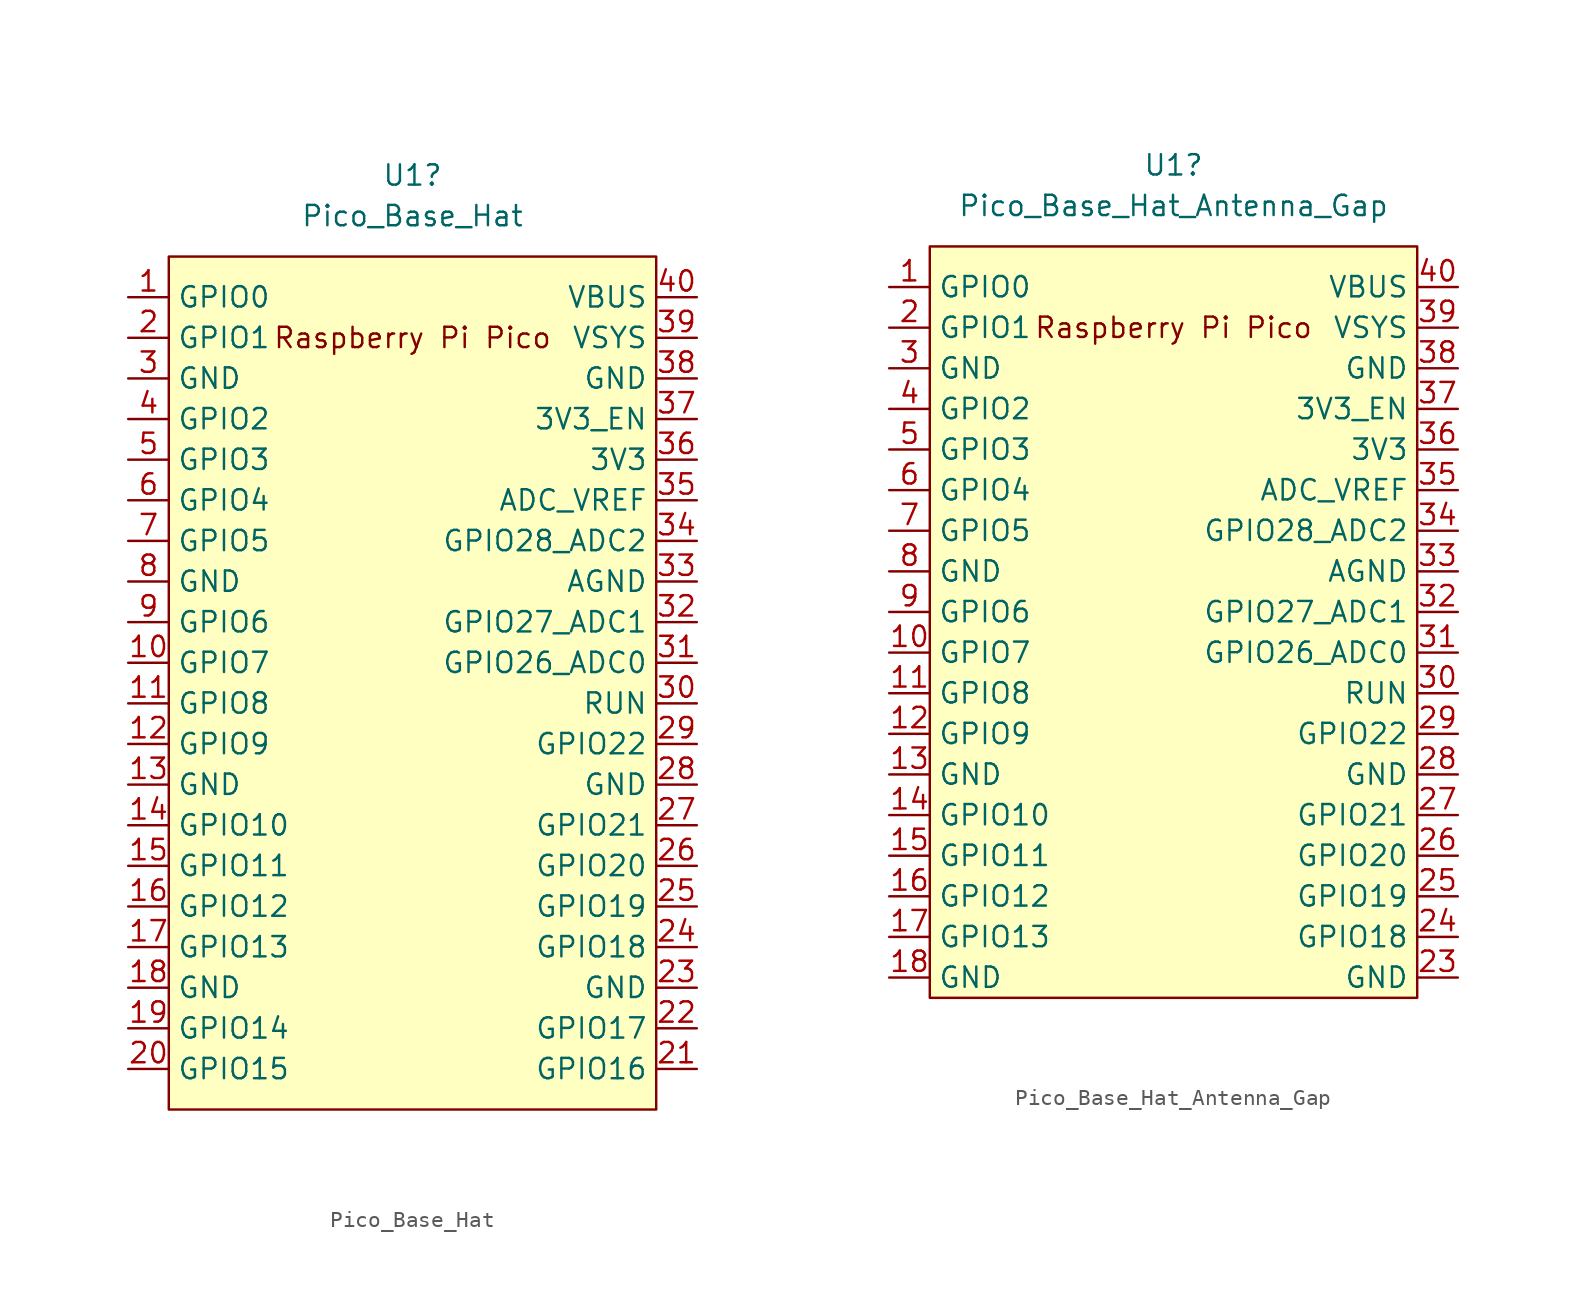
<source format=kicad_sym>
(kicad_symbol_lib
  (version 20211014)
  (generator kicad_symbol_editor)
  (symbol "Pico_Base_Hat"
    (property "Reference" "U1"
      (at 0 31.75 0)
      (effects (font (size 1.27 1.27))))
    (property "Value" "Pico_Base_Hat"
      (at 0 29.21 0)
      (effects (font (size 1.27 1.27))))
    (symbol "Pico_Base_Hat_0_0"
      (text "Raspberry Pi Pico" (at 0 21.59 0) (effects (font (size 1.27 1.27)))))
    (symbol "Pico_Base_Hat_0_1"
      (rectangle (start -15.24 26.67) (end 15.24 -26.67) (stroke (width 0) (type default) (color 0 0 0 0)) (fill (type background))))
    (symbol "Pico_Base_Hat_1_1"
      (pin bidirectional line (at -17.78 24.13 0) (length 2.54) (name "GPIO0" (effects (font (size 1.27 1.27)))) (number "1" (effects (font (size 1.27 1.27)))))
      (pin bidirectional line (at -17.78 1.27 0) (length 2.54) (name "GPIO7" (effects (font (size 1.27 1.27)))) (number "10" (effects (font (size 1.27 1.27)))))
      (pin bidirectional line (at -17.78 -1.27 0) (length 2.54) (name "GPIO8" (effects (font (size 1.27 1.27)))) (number "11" (effects (font (size 1.27 1.27)))))
      (pin bidirectional line (at -17.78 -3.81 0) (length 2.54) (name "GPIO9" (effects (font (size 1.27 1.27)))) (number "12" (effects (font (size 1.27 1.27)))))
      (pin power_in line (at -17.78 -6.35 0) (length 2.54) (name "GND" (effects (font (size 1.27 1.27)))) (number "13" (effects (font (size 1.27 1.27)))))
      (pin bidirectional line (at -17.78 -8.89 0) (length 2.54) (name "GPIO10" (effects (font (size 1.27 1.27)))) (number "14" (effects (font (size 1.27 1.27)))))
      (pin bidirectional line (at -17.78 -11.43 0) (length 2.54) (name "GPIO11" (effects (font (size 1.27 1.27)))) (number "15" (effects (font (size 1.27 1.27)))))
      (pin bidirectional line (at -17.78 -13.97 0) (length 2.54) (name "GPIO12" (effects (font (size 1.27 1.27)))) (number "16" (effects (font (size 1.27 1.27)))))
      (pin bidirectional line (at -17.78 -16.51 0) (length 2.54) (name "GPIO13" (effects (font (size 1.27 1.27)))) (number "17" (effects (font (size 1.27 1.27)))))
      (pin power_in line (at -17.78 -19.05 0) (length 2.54) (name "GND" (effects (font (size 1.27 1.27)))) (number "18" (effects (font (size 1.27 1.27)))))
      (pin bidirectional line (at -17.78 -21.59 0) (length 2.54) (name "GPIO14" (effects (font (size 1.27 1.27)))) (number "19" (effects (font (size 1.27 1.27)))))
      (pin bidirectional line (at -17.78 21.59 0) (length 2.54) (name "GPIO1" (effects (font (size 1.27 1.27)))) (number "2" (effects (font (size 1.27 1.27)))))
      (pin bidirectional line (at -17.78 -24.13 0) (length 2.54) (name "GPIO15" (effects (font (size 1.27 1.27)))) (number "20" (effects (font (size 1.27 1.27)))))
      (pin bidirectional line (at 17.78 -24.13 180) (length 2.54) (name "GPIO16" (effects (font (size 1.27 1.27)))) (number "21" (effects (font (size 1.27 1.27)))))
      (pin bidirectional line (at 17.78 -21.59 180) (length 2.54) (name "GPIO17" (effects (font (size 1.27 1.27)))) (number "22" (effects (font (size 1.27 1.27)))))
      (pin power_in line (at 17.78 -19.05 180) (length 2.54) (name "GND" (effects (font (size 1.27 1.27)))) (number "23" (effects (font (size 1.27 1.27)))))
      (pin bidirectional line (at 17.78 -16.51 180) (length 2.54) (name "GPIO18" (effects (font (size 1.27 1.27)))) (number "24" (effects (font (size 1.27 1.27)))))
      (pin bidirectional line (at 17.78 -13.97 180) (length 2.54) (name "GPIO19" (effects (font (size 1.27 1.27)))) (number "25" (effects (font (size 1.27 1.27)))))
      (pin bidirectional line (at 17.78 -11.43 180) (length 2.54) (name "GPIO20" (effects (font (size 1.27 1.27)))) (number "26" (effects (font (size 1.27 1.27)))))
      (pin bidirectional line (at 17.78 -8.89 180) (length 2.54) (name "GPIO21" (effects (font (size 1.27 1.27)))) (number "27" (effects (font (size 1.27 1.27)))))
      (pin power_in line (at 17.78 -6.35 180) (length 2.54) (name "GND" (effects (font (size 1.27 1.27)))) (number "28" (effects (font (size 1.27 1.27)))))
      (pin bidirectional line (at 17.78 -3.81 180) (length 2.54) (name "GPIO22" (effects (font (size 1.27 1.27)))) (number "29" (effects (font (size 1.27 1.27)))))
      (pin power_in line (at -17.78 19.05 0) (length 2.54) (name "GND" (effects (font (size 1.27 1.27)))) (number "3" (effects (font (size 1.27 1.27)))))
      (pin input line (at 17.78 -1.27 180) (length 2.54) (name "RUN" (effects (font (size 1.27 1.27)))) (number "30" (effects (font (size 1.27 1.27)))))
      (pin bidirectional line (at 17.78 1.27 180) (length 2.54) (name "GPIO26_ADC0" (effects (font (size 1.27 1.27)))) (number "31" (effects (font (size 1.27 1.27)))))
      (pin bidirectional line (at 17.78 3.81 180) (length 2.54) (name "GPIO27_ADC1" (effects (font (size 1.27 1.27)))) (number "32" (effects (font (size 1.27 1.27)))))
      (pin power_in line (at 17.78 6.35 180) (length 2.54) (name "AGND" (effects (font (size 1.27 1.27)))) (number "33" (effects (font (size 1.27 1.27)))))
      (pin bidirectional line (at 17.78 8.89 180) (length 2.54) (name "GPIO28_ADC2" (effects (font (size 1.27 1.27)))) (number "34" (effects (font (size 1.27 1.27)))))
      (pin power_in line (at 17.78 11.43 180) (length 2.54) (name "ADC_VREF" (effects (font (size 1.27 1.27)))) (number "35" (effects (font (size 1.27 1.27)))))
      (pin power_in line (at 17.78 13.97 180) (length 2.54) (name "3V3" (effects (font (size 1.27 1.27)))) (number "36" (effects (font (size 1.27 1.27)))))
      (pin input line (at 17.78 16.51 180) (length 2.54) (name "3V3_EN" (effects (font (size 1.27 1.27)))) (number "37" (effects (font (size 1.27 1.27)))))
      (pin power_in line (at 17.78 19.05 180) (length 2.54) (name "GND" (effects (font (size 1.27 1.27)))) (number "38" (effects (font (size 1.27 1.27)))))
      (pin power_in line (at 17.78 21.59 180) (length 2.54) (name "VSYS" (effects (font (size 1.27 1.27)))) (number "39" (effects (font (size 1.27 1.27)))))
      (pin bidirectional line (at -17.78 16.51 0) (length 2.54) (name "GPIO2" (effects (font (size 1.27 1.27)))) (number "4" (effects (font (size 1.27 1.27)))))
      (pin power_in line (at 17.78 24.13 180) (length 2.54) (name "VBUS" (effects (font (size 1.27 1.27)))) (number "40" (effects (font (size 1.27 1.27)))))
      (pin bidirectional line (at -17.78 13.97 0) (length 2.54) (name "GPIO3" (effects (font (size 1.27 1.27)))) (number "5" (effects (font (size 1.27 1.27)))))
      (pin bidirectional line (at -17.78 11.43 0) (length 2.54) (name "GPIO4" (effects (font (size 1.27 1.27)))) (number "6" (effects (font (size 1.27 1.27)))))
      (pin bidirectional line (at -17.78 8.89 0) (length 2.54) (name "GPIO5" (effects (font (size 1.27 1.27)))) (number "7" (effects (font (size 1.27 1.27)))))
      (pin power_in line (at -17.78 6.35 0) (length 2.54) (name "GND" (effects (font (size 1.27 1.27)))) (number "8" (effects (font (size 1.27 1.27)))))
      (pin bidirectional line (at -17.78 3.81 0) (length 2.54) (name "GPIO6" (effects (font (size 1.27 1.27)))) (number "9" (effects (font (size 1.27 1.27)))))))
  (symbol "Pico_Base_Hat_Antenna_Gap"
    (property "Reference" "U1"
      (at 0 31.75 0)
      (effects (font (size 1.27 1.27))))
    (property "Value" "Pico_Base_Hat_Antenna_Gap"
      (at 0 29.21 0)
      (effects (font (size 1.27 1.27))))
    (symbol "Pico_Base_Hat_Antenna_Gap_0_0"
      (text "Raspberry Pi Pico" (at 0 21.59 0) (effects (font (size 1.27 1.27)))))
    (symbol "Pico_Base_Hat_Antenna_Gap_0_1"
      (rectangle (start -15.24 26.67) (end 15.24 -20.32) (stroke (width 0) (type default) (color 0 0 0 0)) (fill (type background))))
    (symbol "Pico_Base_Hat_Antenna_Gap_1_1"
      (pin bidirectional line (at -17.78 24.13 0) (length 2.54) (name "GPIO0" (effects (font (size 1.27 1.27)))) (number "1" (effects (font (size 1.27 1.27)))))
      (pin bidirectional line (at -17.78 1.27 0) (length 2.54) (name "GPIO7" (effects (font (size 1.27 1.27)))) (number "10" (effects (font (size 1.27 1.27)))))
      (pin bidirectional line (at -17.78 -1.27 0) (length 2.54) (name "GPIO8" (effects (font (size 1.27 1.27)))) (number "11" (effects (font (size 1.27 1.27)))))
      (pin bidirectional line (at -17.78 -3.81 0) (length 2.54) (name "GPIO9" (effects (font (size 1.27 1.27)))) (number "12" (effects (font (size 1.27 1.27)))))
      (pin power_in line (at -17.78 -6.35 0) (length 2.54) (name "GND" (effects (font (size 1.27 1.27)))) (number "13" (effects (font (size 1.27 1.27)))))
      (pin bidirectional line (at -17.78 -8.89 0) (length 2.54) (name "GPIO10" (effects (font (size 1.27 1.27)))) (number "14" (effects (font (size 1.27 1.27)))))
      (pin bidirectional line (at -17.78 -11.43 0) (length 2.54) (name "GPIO11" (effects (font (size 1.27 1.27)))) (number "15" (effects (font (size 1.27 1.27)))))
      (pin bidirectional line (at -17.78 -13.97 0) (length 2.54) (name "GPIO12" (effects (font (size 1.27 1.27)))) (number "16" (effects (font (size 1.27 1.27)))))
      (pin bidirectional line (at -17.78 -16.51 0) (length 2.54) (name "GPIO13" (effects (font (size 1.27 1.27)))) (number "17" (effects (font (size 1.27 1.27)))))
      (pin power_in line (at -17.78 -19.05 0) (length 2.54) (name "GND" (effects (font (size 1.27 1.27)))) (number "18" (effects (font (size 1.27 1.27)))))
      (pin bidirectional line (at -17.78 21.59 0) (length 2.54) (name "GPIO1" (effects (font (size 1.27 1.27)))) (number "2" (effects (font (size 1.27 1.27)))))
      (pin power_in line (at 17.78 -19.05 180) (length 2.54) (name "GND" (effects (font (size 1.27 1.27)))) (number "23" (effects (font (size 1.27 1.27)))))
      (pin bidirectional line (at 17.78 -16.51 180) (length 2.54) (name "GPIO18" (effects (font (size 1.27 1.27)))) (number "24" (effects (font (size 1.27 1.27)))))
      (pin bidirectional line (at 17.78 -13.97 180) (length 2.54) (name "GPIO19" (effects (font (size 1.27 1.27)))) (number "25" (effects (font (size 1.27 1.27)))))
      (pin bidirectional line (at 17.78 -11.43 180) (length 2.54) (name "GPIO20" (effects (font (size 1.27 1.27)))) (number "26" (effects (font (size 1.27 1.27)))))
      (pin bidirectional line (at 17.78 -8.89 180) (length 2.54) (name "GPIO21" (effects (font (size 1.27 1.27)))) (number "27" (effects (font (size 1.27 1.27)))))
      (pin power_in line (at 17.78 -6.35 180) (length 2.54) (name "GND" (effects (font (size 1.27 1.27)))) (number "28" (effects (font (size 1.27 1.27)))))
      (pin bidirectional line (at 17.78 -3.81 180) (length 2.54) (name "GPIO22" (effects (font (size 1.27 1.27)))) (number "29" (effects (font (size 1.27 1.27)))))
      (pin power_in line (at -17.78 19.05 0) (length 2.54) (name "GND" (effects (font (size 1.27 1.27)))) (number "3" (effects (font (size 1.27 1.27)))))
      (pin input line (at 17.78 -1.27 180) (length 2.54) (name "RUN" (effects (font (size 1.27 1.27)))) (number "30" (effects (font (size 1.27 1.27)))))
      (pin bidirectional line (at 17.78 1.27 180) (length 2.54) (name "GPIO26_ADC0" (effects (font (size 1.27 1.27)))) (number "31" (effects (font (size 1.27 1.27)))))
      (pin bidirectional line (at 17.78 3.81 180) (length 2.54) (name "GPIO27_ADC1" (effects (font (size 1.27 1.27)))) (number "32" (effects (font (size 1.27 1.27)))))
      (pin power_in line (at 17.78 6.35 180) (length 2.54) (name "AGND" (effects (font (size 1.27 1.27)))) (number "33" (effects (font (size 1.27 1.27)))))
      (pin bidirectional line (at 17.78 8.89 180) (length 2.54) (name "GPIO28_ADC2" (effects (font (size 1.27 1.27)))) (number "34" (effects (font (size 1.27 1.27)))))
      (pin power_in line (at 17.78 11.43 180) (length 2.54) (name "ADC_VREF" (effects (font (size 1.27 1.27)))) (number "35" (effects (font (size 1.27 1.27)))))
      (pin power_in line (at 17.78 13.97 180) (length 2.54) (name "3V3" (effects (font (size 1.27 1.27)))) (number "36" (effects (font (size 1.27 1.27)))))
      (pin input line (at 17.78 16.51 180) (length 2.54) (name "3V3_EN" (effects (font (size 1.27 1.27)))) (number "37" (effects (font (size 1.27 1.27)))))
      (pin power_in line (at 17.78 19.05 180) (length 2.54) (name "GND" (effects (font (size 1.27 1.27)))) (number "38" (effects (font (size 1.27 1.27)))))
      (pin power_in line (at 17.78 21.59 180) (length 2.54) (name "VSYS" (effects (font (size 1.27 1.27)))) (number "39" (effects (font (size 1.27 1.27)))))
      (pin bidirectional line (at -17.78 16.51 0) (length 2.54) (name "GPIO2" (effects (font (size 1.27 1.27)))) (number "4" (effects (font (size 1.27 1.27)))))
      (pin power_in line (at 17.78 24.13 180) (length 2.54) (name "VBUS" (effects (font (size 1.27 1.27)))) (number "40" (effects (font (size 1.27 1.27)))))
      (pin bidirectional line (at -17.78 13.97 0) (length 2.54) (name "GPIO3" (effects (font (size 1.27 1.27)))) (number "5" (effects (font (size 1.27 1.27)))))
      (pin bidirectional line (at -17.78 11.43 0) (length 2.54) (name "GPIO4" (effects (font (size 1.27 1.27)))) (number "6" (effects (font (size 1.27 1.27)))))
      (pin bidirectional line (at -17.78 8.89 0) (length 2.54) (name "GPIO5" (effects (font (size 1.27 1.27)))) (number "7" (effects (font (size 1.27 1.27)))))
      (pin power_in line (at -17.78 6.35 0) (length 2.54) (name "GND" (effects (font (size 1.27 1.27)))) (number "8" (effects (font (size 1.27 1.27)))))
      (pin bidirectional line (at -17.78 3.81 0) (length 2.54) (name "GPIO6" (effects (font (size 1.27 1.27)))) (number "9" (effects (font (size 1.27 1.27))))))))
</source>
